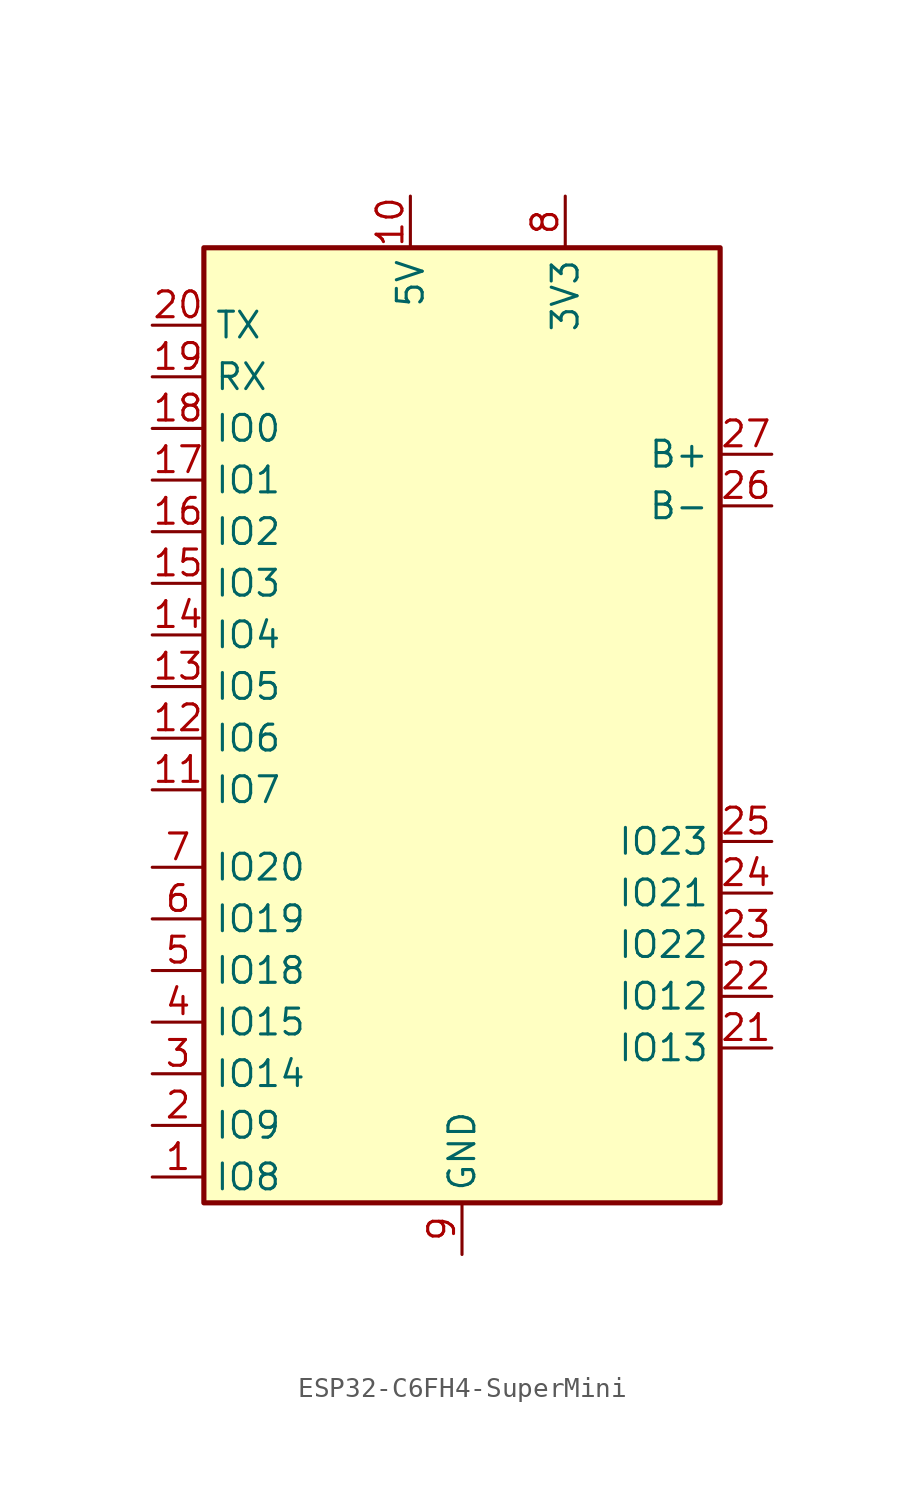
<source format=kicad_sym>
(kicad_symbol_lib
  (version 20241209)
  (generator "kicad_symbol_editor")
  (generator_version "9.0")
  (symbol "ESP32-C6FH4-SuperMini"
    (property "Reference" "U"
      (at 16.764 -36.068 0)
      (effects (font (size 1.27 1.27)) (hide yes)))
    (property "Value" ""
      (at 0 0 0)
      (effects (font (size 1.27 1.27))))
    (symbol "ESP32-C6FH4-SuperMini_0_1"
      (rectangle (start -12.7 22.86) (end 12.7 -24.13) (stroke (width 0.254) (type default)) (fill (type background))))
    (symbol "ESP32-C6FH4-SuperMini_1_1"
      (pin bidirectional line (at -15.24 19.05 0) (length 2.54) (name "TX" (effects (font (size 1.27 1.27)))) (number "20" (effects (font (size 1.27 1.27)))))
      (pin bidirectional line (at -15.24 16.51 0) (length 2.54) (name "RX" (effects (font (size 1.27 1.27)))) (number "19" (effects (font (size 1.27 1.27)))))
      (pin bidirectional line (at -15.24 13.97 0) (length 2.54) (name "IO0" (effects (font (size 1.27 1.27)))) (number "18" (effects (font (size 1.27 1.27)))))
      (pin bidirectional line (at -15.24 11.43 0) (length 2.54) (name "IO1" (effects (font (size 1.27 1.27)))) (number "17" (effects (font (size 1.27 1.27)))))
      (pin bidirectional line (at -15.24 8.89 0) (length 2.54) (name "IO2" (effects (font (size 1.27 1.27)))) (number "16" (effects (font (size 1.27 1.27)))))
      (pin bidirectional line (at -15.24 6.35 0) (length 2.54) (name "IO3" (effects (font (size 1.27 1.27)))) (number "15" (effects (font (size 1.27 1.27)))))
      (pin bidirectional line (at -15.24 3.81 0) (length 2.54) (name "IO4" (effects (font (size 1.27 1.27)))) (number "14" (effects (font (size 1.27 1.27)))))
      (pin bidirectional line (at -15.24 1.27 0) (length 2.54) (name "IO5" (effects (font (size 1.27 1.27)))) (number "13" (effects (font (size 1.27 1.27)))))
      (pin bidirectional line (at -15.24 -1.27 0) (length 2.54) (name "IO6" (effects (font (size 1.27 1.27)))) (number "12" (effects (font (size 1.27 1.27)))))
      (pin bidirectional line (at -15.24 -3.81 0) (length 2.54) (name "IO7" (effects (font (size 1.27 1.27)))) (number "11" (effects (font (size 1.27 1.27)))))
      (pin bidirectional line (at -15.24 -7.62 0) (length 2.54) (name "IO20" (effects (font (size 1.27 1.27)))) (number "7" (effects (font (size 1.27 1.27)))))
      (pin bidirectional line (at -15.24 -10.16 0) (length 2.54) (name "IO19" (effects (font (size 1.27 1.27)))) (number "6" (effects (font (size 1.27 1.27)))))
      (pin bidirectional line (at -15.24 -12.7 0) (length 2.54) (name "IO18" (effects (font (size 1.27 1.27)))) (number "5" (effects (font (size 1.27 1.27)))))
      (pin bidirectional line (at -15.24 -15.24 0) (length 2.54) (name "IO15" (effects (font (size 1.27 1.27)))) (number "4" (effects (font (size 1.27 1.27)))))
      (pin bidirectional line (at -15.24 -17.78 0) (length 2.54) (name "IO14" (effects (font (size 1.27 1.27)))) (number "3" (effects (font (size 1.27 1.27)))))
      (pin bidirectional line (at -15.24 -20.32 0) (length 2.54) (name "IO9" (effects (font (size 1.27 1.27)))) (number "2" (effects (font (size 1.27 1.27)))))
      (pin bidirectional line (at -15.24 -22.86 0) (length 2.54) (name "IO8" (effects (font (size 1.27 1.27)))) (number "1" (effects (font (size 1.27 1.27)))))
      (pin power_in line (at -2.54 25.4 270) (length 2.54) (name "5V" (effects (font (size 1.27 1.27)))) (number "10" (effects (font (size 1.27 1.27)))))
      (pin power_out line (at 0 -26.67 90) (length 2.54) (name "GND" (effects (font (size 1.27 1.27)))) (number "9" (effects (font (size 1.27 1.27)))))
      (pin passive line (at 5.08 25.4 270) (length 2.54) (name "3V3" (effects (font (size 1.27 1.27)))) (number "8" (effects (font (size 1.27 1.27)))))
      (pin bidirectional line (at 15.24 12.7 180) (length 2.54) (name "B+" (effects (font (size 1.27 1.27)))) (number "27" (effects (font (size 1.27 1.27)))) (alternate "IO19" bidirectional line))
      (pin bidirectional line (at 15.24 10.16 180) (length 2.54) (name "B-" (effects (font (size 1.27 1.27)))) (number "26" (effects (font (size 1.27 1.27)))) (alternate "IO20" bidirectional line))
      (pin bidirectional line (at 15.24 -6.35 180) (length 2.54) (name "IO23" (effects (font (size 1.27 1.27)))) (number "25" (effects (font (size 1.27 1.27)))))
      (pin bidirectional line (at 15.24 -8.89 180) (length 2.54) (name "IO21" (effects (font (size 1.27 1.27)))) (number "24" (effects (font (size 1.27 1.27)))))
      (pin bidirectional line (at 15.24 -11.43 180) (length 2.54) (name "IO22" (effects (font (size 1.27 1.27)))) (number "23" (effects (font (size 1.27 1.27)))))
      (pin bidirectional line (at 15.24 -13.97 180) (length 2.54) (name "IO12" (effects (font (size 1.27 1.27)))) (number "22" (effects (font (size 1.27 1.27)))))
      (pin bidirectional line (at 15.24 -16.51 180) (length 2.54) (name "IO13" (effects (font (size 1.27 1.27)))) (number "21" (effects (font (size 1.27 1.27))))))))
</source>
